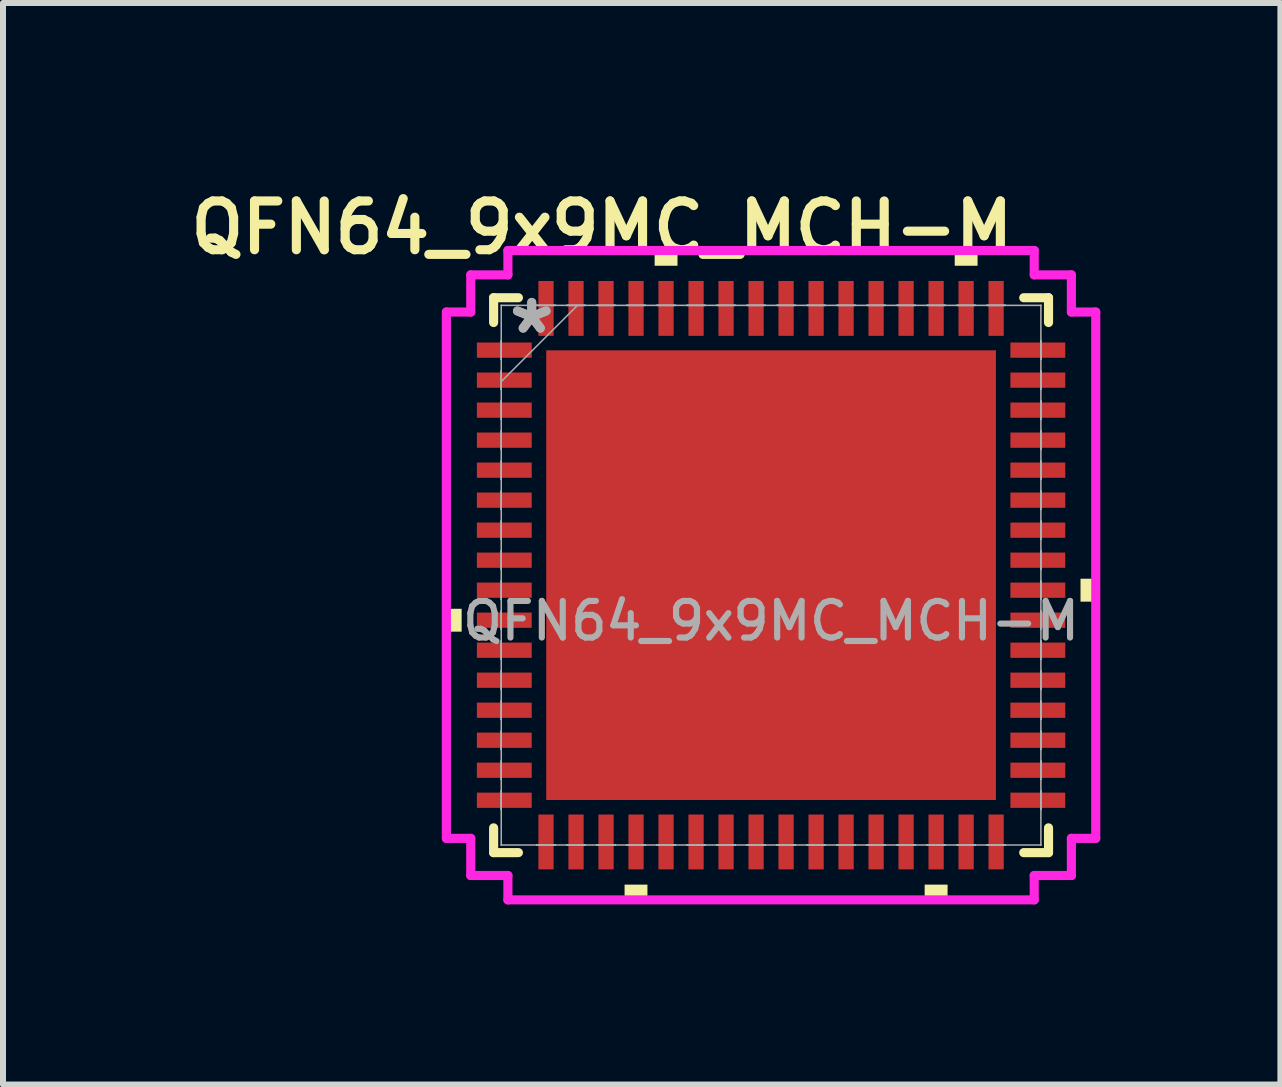
<source format=kicad_pcb>
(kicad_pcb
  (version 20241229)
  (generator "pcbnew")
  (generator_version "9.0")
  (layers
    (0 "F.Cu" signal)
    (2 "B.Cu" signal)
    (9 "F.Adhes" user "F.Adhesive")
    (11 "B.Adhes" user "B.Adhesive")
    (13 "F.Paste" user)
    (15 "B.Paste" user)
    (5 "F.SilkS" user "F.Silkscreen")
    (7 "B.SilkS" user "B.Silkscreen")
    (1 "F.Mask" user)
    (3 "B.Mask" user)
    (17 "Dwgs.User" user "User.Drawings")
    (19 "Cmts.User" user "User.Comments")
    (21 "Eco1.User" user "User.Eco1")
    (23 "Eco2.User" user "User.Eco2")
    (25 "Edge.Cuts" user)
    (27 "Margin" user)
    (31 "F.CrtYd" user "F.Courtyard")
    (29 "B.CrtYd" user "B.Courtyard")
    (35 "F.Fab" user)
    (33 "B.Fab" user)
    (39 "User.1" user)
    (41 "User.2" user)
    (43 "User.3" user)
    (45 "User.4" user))
  (footprint "QFN64_9x9MC_MCH-M"
    (layer "F.Cu")
    (at 9.798 6.534)
    (property "Reference" "QFN64_9x9MC_MCH-M" (at -2.819 -5.791 0) (unlocked yes) (layer "F.SilkS") (effects (font (size 0.813 0.813) (thickness 0.152) (bold yes))))
    (attr smd)
    (fp_line (start -4.623 -4.623) (end -4.623 -4.21) (stroke (width 0.152) (type solid)) (layer "F.SilkS"))
    (fp_line (start -4.623 4.21) (end -4.623 4.623) (stroke (width 0.152) (type solid)) (layer "F.SilkS"))
    (fp_line (start -4.623 4.623) (end -4.21 4.623) (stroke (width 0.152) (type solid)) (layer "F.SilkS"))
    (fp_line (start -4.21 -4.623) (end -4.623 -4.623) (stroke (width 0.152) (type solid)) (layer "F.SilkS"))
    (fp_line (start 4.21 4.623) (end 4.623 4.623) (stroke (width 0.152) (type solid)) (layer "F.SilkS"))
    (fp_line (start 4.623 -4.623) (end 4.21 -4.623) (stroke (width 0.152) (type solid)) (layer "F.SilkS"))
    (fp_line (start 4.623 -4.21) (end 4.623 -4.623) (stroke (width 0.152) (type solid)) (layer "F.SilkS"))
    (fp_line (start 4.623 4.623) (end 4.623 4.21) (stroke (width 0.152) (type solid)) (layer "F.SilkS"))
    (fp_poly (pts (xy -5.41 0.56) (xy -5.41 0.941) (xy -5.156 0.941) (xy -5.156 0.56)) (stroke (width 0) (type solid)) (fill yes) (layer "F.SilkS"))
    (fp_poly (pts (xy -2.441 5.156) (xy -2.441 5.41) (xy -2.06 5.41) (xy -2.06 5.156)) (stroke (width 0) (type solid)) (fill yes) (layer "F.SilkS"))
    (fp_poly (pts (xy -1.94 -5.156) (xy -1.94 -5.41) (xy -1.559 -5.41) (xy -1.559 -5.156)) (stroke (width 0) (type solid)) (fill yes) (layer "F.SilkS"))
    (fp_poly (pts (xy 2.559 5.156) (xy 2.559 5.41) (xy 2.941 5.41) (xy 2.941 5.156)) (stroke (width 0) (type solid)) (fill yes) (layer "F.SilkS"))
    (fp_poly (pts (xy 3.06 -5.156) (xy 3.06 -5.41) (xy 3.441 -5.41) (xy 3.441 -5.156)) (stroke (width 0) (type solid)) (fill yes) (layer "F.SilkS"))
    (fp_poly (pts (xy 5.41 0.059) (xy 5.41 0.441) (xy 5.156 0.441) (xy 5.156 0.059)) (stroke (width 0) (type solid)) (fill yes) (layer "F.SilkS"))
    (fp_poly (pts (xy -3.647 -3.647) (xy -3.647 -2.348) (xy -2.348 -2.348) (xy -2.348 -3.647)) (stroke (width 0) (type solid)) (fill yes) (layer "F.Paste"))
    (fp_poly (pts (xy -3.647 -2.148) (xy -3.647 -0.849) (xy -2.348 -0.849) (xy -2.348 -2.148)) (stroke (width 0) (type solid)) (fill yes) (layer "F.Paste"))
    (fp_poly (pts (xy -3.647 -0.649) (xy -3.647 0.649) (xy -2.348 0.649) (xy -2.348 -0.649)) (stroke (width 0) (type solid)) (fill yes) (layer "F.Paste"))
    (fp_poly (pts (xy -3.647 0.849) (xy -3.647 2.148) (xy -2.348 2.148) (xy -2.348 0.849)) (stroke (width 0) (type solid)) (fill yes) (layer "F.Paste"))
    (fp_poly (pts (xy -3.647 2.348) (xy -3.647 3.647) (xy -2.348 3.647) (xy -2.348 2.348)) (stroke (width 0) (type solid)) (fill yes) (layer "F.Paste"))
    (fp_poly (pts (xy -2.148 -3.647) (xy -2.148 -2.348) (xy -0.849 -2.348) (xy -0.849 -3.647)) (stroke (width 0) (type solid)) (fill yes) (layer "F.Paste"))
    (fp_poly (pts (xy -2.148 -2.148) (xy -2.148 -0.849) (xy -0.849 -0.849) (xy -0.849 -2.148)) (stroke (width 0) (type solid)) (fill yes) (layer "F.Paste"))
    (fp_poly (pts (xy -2.148 -0.649) (xy -2.148 0.649) (xy -0.849 0.649) (xy -0.849 -0.649)) (stroke (width 0) (type solid)) (fill yes) (layer "F.Paste"))
    (fp_poly (pts (xy -2.148 0.849) (xy -2.148 2.148) (xy -0.849 2.148) (xy -0.849 0.849)) (stroke (width 0) (type solid)) (fill yes) (layer "F.Paste"))
    (fp_poly (pts (xy -2.148 2.348) (xy -2.148 3.647) (xy -0.849 3.647) (xy -0.849 2.348)) (stroke (width 0) (type solid)) (fill yes) (layer "F.Paste"))
    (fp_poly (pts (xy -0.649 -3.647) (xy -0.649 -2.348) (xy 0.649 -2.348) (xy 0.649 -3.647)) (stroke (width 0) (type solid)) (fill yes) (layer "F.Paste"))
    (fp_poly (pts (xy -0.649 -2.148) (xy -0.649 -0.849) (xy 0.649 -0.849) (xy 0.649 -2.148)) (stroke (width 0) (type solid)) (fill yes) (layer "F.Paste"))
    (fp_poly (pts (xy -0.649 -0.649) (xy -0.649 0.649) (xy 0.649 0.649) (xy 0.649 -0.649)) (stroke (width 0) (type solid)) (fill yes) (layer "F.Paste"))
    (fp_poly (pts (xy -0.649 0.849) (xy -0.649 2.148) (xy 0.649 2.148) (xy 0.649 0.849)) (stroke (width 0) (type solid)) (fill yes) (layer "F.Paste"))
    (fp_poly (pts (xy -0.649 2.348) (xy -0.649 3.647) (xy 0.649 3.647) (xy 0.649 2.348)) (stroke (width 0) (type solid)) (fill yes) (layer "F.Paste"))
    (fp_poly (pts (xy 0.849 -3.647) (xy 0.849 -2.348) (xy 2.148 -2.348) (xy 2.148 -3.647)) (stroke (width 0) (type solid)) (fill yes) (layer "F.Paste"))
    (fp_poly (pts (xy 0.849 -2.148) (xy 0.849 -0.849) (xy 2.148 -0.849) (xy 2.148 -2.148)) (stroke (width 0) (type solid)) (fill yes) (layer "F.Paste"))
    (fp_poly (pts (xy 0.849 -0.649) (xy 0.849 0.649) (xy 2.148 0.649) (xy 2.148 -0.649)) (stroke (width 0) (type solid)) (fill yes) (layer "F.Paste"))
    (fp_poly (pts (xy 0.849 0.849) (xy 0.849 2.148) (xy 2.148 2.148) (xy 2.148 0.849)) (stroke (width 0) (type solid)) (fill yes) (layer "F.Paste"))
    (fp_poly (pts (xy 0.849 2.348) (xy 0.849 3.647) (xy 2.148 3.647) (xy 2.148 2.348)) (stroke (width 0) (type solid)) (fill yes) (layer "F.Paste"))
    (fp_poly (pts (xy 2.348 -3.647) (xy 2.348 -2.348) (xy 3.647 -2.348) (xy 3.647 -3.647)) (stroke (width 0) (type solid)) (fill yes) (layer "F.Paste"))
    (fp_poly (pts (xy 2.348 -2.148) (xy 2.348 -0.849) (xy 3.647 -0.849) (xy 3.647 -2.148)) (stroke (width 0) (type solid)) (fill yes) (layer "F.Paste"))
    (fp_poly (pts (xy 2.348 -0.649) (xy 2.348 0.649) (xy 3.647 0.649) (xy 3.647 -0.649)) (stroke (width 0) (type solid)) (fill yes) (layer "F.Paste"))
    (fp_poly (pts (xy 2.348 0.849) (xy 2.348 2.148) (xy 3.647 2.148) (xy 3.647 0.849)) (stroke (width 0) (type solid)) (fill yes) (layer "F.Paste"))
    (fp_poly (pts (xy 2.348 2.348) (xy 2.348 3.647) (xy 3.647 3.647) (xy 3.647 2.348)) (stroke (width 0) (type solid)) (fill yes) (layer "F.Paste"))
    (fp_line (start -5.41 -4.385) (end -5.004 -4.385) (stroke (width 0.152) (type solid)) (layer "F.CrtYd"))
    (fp_line (start -5.41 4.385) (end -5.41 -4.385) (stroke (width 0.152) (type solid)) (layer "F.CrtYd"))
    (fp_line (start -5.004 -5.004) (end -4.385 -5.004) (stroke (width 0.152) (type solid)) (layer "F.CrtYd"))
    (fp_line (start -5.004 -4.385) (end -5.004 -5.004) (stroke (width 0.152) (type solid)) (layer "F.CrtYd"))
    (fp_line (start -5.004 4.385) (end -5.41 4.385) (stroke (width 0.152) (type solid)) (layer "F.CrtYd"))
    (fp_line (start -5.004 5.004) (end -5.004 4.385) (stroke (width 0.152) (type solid)) (layer "F.CrtYd"))
    (fp_line (start -4.385 -5.41) (end 4.385 -5.41) (stroke (width 0.152) (type solid)) (layer "F.CrtYd"))
    (fp_line (start -4.385 -5.004) (end -4.385 -5.41) (stroke (width 0.152) (type solid)) (layer "F.CrtYd"))
    (fp_line (start -4.385 5.004) (end -5.004 5.004) (stroke (width 0.152) (type solid)) (layer "F.CrtYd"))
    (fp_line (start -4.385 5.41) (end -4.385 5.004) (stroke (width 0.152) (type solid)) (layer "F.CrtYd"))
    (fp_line (start 4.385 -5.41) (end 4.385 -5.004) (stroke (width 0.152) (type solid)) (layer "F.CrtYd"))
    (fp_line (start 4.385 -5.004) (end 5.004 -5.004) (stroke (width 0.152) (type solid)) (layer "F.CrtYd"))
    (fp_line (start 4.385 5.004) (end 4.385 5.41) (stroke (width 0.152) (type solid)) (layer "F.CrtYd"))
    (fp_line (start 4.385 5.41) (end -4.385 5.41) (stroke (width 0.152) (type solid)) (layer "F.CrtYd"))
    (fp_line (start 5.004 -5.004) (end 5.004 -4.385) (stroke (width 0.152) (type solid)) (layer "F.CrtYd"))
    (fp_line (start 5.004 -4.385) (end 5.41 -4.385) (stroke (width 0.152) (type solid)) (layer "F.CrtYd"))
    (fp_line (start 5.004 4.385) (end 5.004 5.004) (stroke (width 0.152) (type solid)) (layer "F.CrtYd"))
    (fp_line (start 5.004 5.004) (end 4.385 5.004) (stroke (width 0.152) (type solid)) (layer "F.CrtYd"))
    (fp_line (start 5.41 -4.385) (end 5.41 4.385) (stroke (width 0.152) (type solid)) (layer "F.CrtYd"))
    (fp_line (start 5.41 4.385) (end 5.004 4.385) (stroke (width 0.152) (type solid)) (layer "F.CrtYd"))
    (fp_line (start -4.496 -4.496) (end -4.496 -4.496) (stroke (width 0.025) (type solid)) (layer "F.Fab"))
    (fp_line (start -4.496 -4.496) (end -4.496 4.496) (stroke (width 0.025) (type solid)) (layer "F.Fab"))
    (fp_line (start -4.496 -3.902) (end -4.496 -3.902) (stroke (width 0.025) (type solid)) (layer "F.Fab"))
    (fp_line (start -4.496 -3.902) (end -4.496 -3.598) (stroke (width 0.025) (type solid)) (layer "F.Fab"))
    (fp_line (start -4.496 -3.598) (end -4.496 -3.902) (stroke (width 0.025) (type solid)) (layer "F.Fab"))
    (fp_line (start -4.496 -3.598) (end -4.496 -3.598) (stroke (width 0.025) (type solid)) (layer "F.Fab"))
    (fp_line (start -4.496 -3.402) (end -4.496 -3.402) (stroke (width 0.025) (type solid)) (layer "F.Fab"))
    (fp_line (start -4.496 -3.402) (end -4.496 -3.098) (stroke (width 0.025) (type solid)) (layer "F.Fab"))
    (fp_line (start -4.496 -3.226) (end -3.226 -4.496) (stroke (width 0.025) (type solid)) (layer "F.Fab"))
    (fp_line (start -4.496 -3.098) (end -4.496 -3.402) (stroke (width 0.025) (type solid)) (layer "F.Fab"))
    (fp_line (start -4.496 -3.098) (end -4.496 -3.098) (stroke (width 0.025) (type solid)) (layer "F.Fab"))
    (fp_line (start -4.496 -2.902) (end -4.496 -2.902) (stroke (width 0.025) (type solid)) (layer "F.Fab"))
    (fp_line (start -4.496 -2.902) (end -4.496 -2.598) (stroke (width 0.025) (type solid)) (layer "F.Fab"))
    (fp_line (start -4.496 -2.598) (end -4.496 -2.902) (stroke (width 0.025) (type solid)) (layer "F.Fab"))
    (fp_line (start -4.496 -2.598) (end -4.496 -2.598) (stroke (width 0.025) (type solid)) (layer "F.Fab"))
    (fp_line (start -4.496 -2.402) (end -4.496 -2.402) (stroke (width 0.025) (type solid)) (layer "F.Fab"))
    (fp_line (start -4.496 -2.402) (end -4.496 -2.098) (stroke (width 0.025) (type solid)) (layer "F.Fab"))
    (fp_line (start -4.496 -2.098) (end -4.496 -2.402) (stroke (width 0.025) (type solid)) (layer "F.Fab"))
    (fp_line (start -4.496 -2.098) (end -4.496 -2.098) (stroke (width 0.025) (type solid)) (layer "F.Fab"))
    (fp_line (start -4.496 -1.902) (end -4.496 -1.902) (stroke (width 0.025) (type solid)) (layer "F.Fab"))
    (fp_line (start -4.496 -1.902) (end -4.496 -1.598) (stroke (width 0.025) (type solid)) (layer "F.Fab"))
    (fp_line (start -4.496 -1.598) (end -4.496 -1.902) (stroke (width 0.025) (type solid)) (layer "F.Fab"))
    (fp_line (start -4.496 -1.598) (end -4.496 -1.598) (stroke (width 0.025) (type solid)) (layer "F.Fab"))
    (fp_line (start -4.496 -1.402) (end -4.496 -1.402) (stroke (width 0.025) (type solid)) (layer "F.Fab"))
    (fp_line (start -4.496 -1.402) (end -4.496 -1.098) (stroke (width 0.025) (type solid)) (layer "F.Fab"))
    (fp_line (start -4.496 -1.098) (end -4.496 -1.402) (stroke (width 0.025) (type solid)) (layer "F.Fab"))
    (fp_line (start -4.496 -1.098) (end -4.496 -1.098) (stroke (width 0.025) (type solid)) (layer "F.Fab"))
    (fp_line (start -4.496 -0.902) (end -4.496 -0.902) (stroke (width 0.025) (type solid)) (layer "F.Fab"))
    (fp_line (start -4.496 -0.902) (end -4.496 -0.598) (stroke (width 0.025) (type solid)) (layer "F.Fab"))
    (fp_line (start -4.496 -0.598) (end -4.496 -0.902) (stroke (width 0.025) (type solid)) (layer "F.Fab"))
    (fp_line (start -4.496 -0.598) (end -4.496 -0.598) (stroke (width 0.025) (type solid)) (layer "F.Fab"))
    (fp_line (start -4.496 -0.402) (end -4.496 -0.402) (stroke (width 0.025) (type solid)) (layer "F.Fab"))
    (fp_line (start -4.496 -0.402) (end -4.496 -0.098) (stroke (width 0.025) (type solid)) (layer "F.Fab"))
    (fp_line (start -4.496 -0.098) (end -4.496 -0.402) (stroke (width 0.025) (type solid)) (layer "F.Fab"))
    (fp_line (start -4.496 -0.098) (end -4.496 -0.098) (stroke (width 0.025) (type solid)) (layer "F.Fab"))
    (fp_line (start -4.496 0.098) (end -4.496 0.098) (stroke (width 0.025) (type solid)) (layer "F.Fab"))
    (fp_line (start -4.496 0.098) (end -4.496 0.402) (stroke (width 0.025) (type solid)) (layer "F.Fab"))
    (fp_line (start -4.496 0.402) (end -4.496 0.098) (stroke (width 0.025) (type solid)) (layer "F.Fab"))
    (fp_line (start -4.496 0.402) (end -4.496 0.402) (stroke (width 0.025) (type solid)) (layer "F.Fab"))
    (fp_line (start -4.496 0.598) (end -4.496 0.598) (stroke (width 0.025) (type solid)) (layer "F.Fab"))
    (fp_line (start -4.496 0.598) (end -4.496 0.902) (stroke (width 0.025) (type solid)) (layer "F.Fab"))
    (fp_line (start -4.496 0.902) (end -4.496 0.598) (stroke (width 0.025) (type solid)) (layer "F.Fab"))
    (fp_line (start -4.496 0.902) (end -4.496 0.902) (stroke (width 0.025) (type solid)) (layer "F.Fab"))
    (fp_line (start -4.496 1.098) (end -4.496 1.098) (stroke (width 0.025) (type solid)) (layer "F.Fab"))
    (fp_line (start -4.496 1.098) (end -4.496 1.402) (stroke (width 0.025) (type solid)) (layer "F.Fab"))
    (fp_line (start -4.496 1.402) (end -4.496 1.098) (stroke (width 0.025) (type solid)) (layer "F.Fab"))
    (fp_line (start -4.496 1.402) (end -4.496 1.402) (stroke (width 0.025) (type solid)) (layer "F.Fab"))
    (fp_line (start -4.496 1.598) (end -4.496 1.598) (stroke (width 0.025) (type solid)) (layer "F.Fab"))
    (fp_line (start -4.496 1.598) (end -4.496 1.902) (stroke (width 0.025) (type solid)) (layer "F.Fab"))
    (fp_line (start -4.496 1.902) (end -4.496 1.598) (stroke (width 0.025) (type solid)) (layer "F.Fab"))
    (fp_line (start -4.496 1.902) (end -4.496 1.902) (stroke (width 0.025) (type solid)) (layer "F.Fab"))
    (fp_line (start -4.496 2.098) (end -4.496 2.098) (stroke (width 0.025) (type solid)) (layer "F.Fab"))
    (fp_line (start -4.496 2.098) (end -4.496 2.402) (stroke (width 0.025) (type solid)) (layer "F.Fab"))
    (fp_line (start -4.496 2.402) (end -4.496 2.098) (stroke (width 0.025) (type solid)) (layer "F.Fab"))
    (fp_line (start -4.496 2.402) (end -4.496 2.402) (stroke (width 0.025) (type solid)) (layer "F.Fab"))
    (fp_line (start -4.496 2.598) (end -4.496 2.598) (stroke (width 0.025) (type solid)) (layer "F.Fab"))
    (fp_line (start -4.496 2.598) (end -4.496 2.902) (stroke (width 0.025) (type solid)) (layer "F.Fab"))
    (fp_line (start -4.496 2.902) (end -4.496 2.598) (stroke (width 0.025) (type solid)) (layer "F.Fab"))
    (fp_line (start -4.496 2.902) (end -4.496 2.902) (stroke (width 0.025) (type solid)) (layer "F.Fab"))
    (fp_line (start -4.496 3.098) (end -4.496 3.098) (stroke (width 0.025) (type solid)) (layer "F.Fab"))
    (fp_line (start -4.496 3.098) (end -4.496 3.402) (stroke (width 0.025) (type solid)) (layer "F.Fab"))
    (fp_line (start -4.496 3.402) (end -4.496 3.098) (stroke (width 0.025) (type solid)) (layer "F.Fab"))
    (fp_line (start -4.496 3.402) (end -4.496 3.402) (stroke (width 0.025) (type solid)) (layer "F.Fab"))
    (fp_line (start -4.496 3.598) (end -4.496 3.598) (stroke (width 0.025) (type solid)) (layer "F.Fab"))
    (fp_line (start -4.496 3.598) (end -4.496 3.902) (stroke (width 0.025) (type solid)) (layer "F.Fab"))
    (fp_line (start -4.496 3.902) (end -4.496 3.598) (stroke (width 0.025) (type solid)) (layer "F.Fab"))
    (fp_line (start -4.496 3.902) (end -4.496 3.902) (stroke (width 0.025) (type solid)) (layer "F.Fab"))
    (fp_line (start -4.496 4.496) (end -4.496 4.496) (stroke (width 0.025) (type solid)) (layer "F.Fab"))
    (fp_line (start -4.496 4.496) (end 4.496 4.496) (stroke (width 0.025) (type solid)) (layer "F.Fab"))
    (fp_line (start -3.902 -4.496) (end -3.902 -4.496) (stroke (width 0.025) (type solid)) (layer "F.Fab"))
    (fp_line (start -3.902 -4.496) (end -3.598 -4.496) (stroke (width 0.025) (type solid)) (layer "F.Fab"))
    (fp_line (start -3.902 4.496) (end -3.902 4.496) (stroke (width 0.025) (type solid)) (layer "F.Fab"))
    (fp_line (start -3.902 4.496) (end -3.598 4.496) (stroke (width 0.025) (type solid)) (layer "F.Fab"))
    (fp_line (start -3.598 -4.496) (end -3.902 -4.496) (stroke (width 0.025) (type solid)) (layer "F.Fab"))
    (fp_line (start -3.598 -4.496) (end -3.598 -4.496) (stroke (width 0.025) (type solid)) (layer "F.Fab"))
    (fp_line (start -3.598 4.496) (end -3.902 4.496) (stroke (width 0.025) (type solid)) (layer "F.Fab"))
    (fp_line (start -3.598 4.496) (end -3.598 4.496) (stroke (width 0.025) (type solid)) (layer "F.Fab"))
    (fp_line (start -3.402 -4.496) (end -3.402 -4.496) (stroke (width 0.025) (type solid)) (layer "F.Fab"))
    (fp_line (start -3.402 -4.496) (end -3.098 -4.496) (stroke (width 0.025) (type solid)) (layer "F.Fab"))
    (fp_line (start -3.402 4.496) (end -3.402 4.496) (stroke (width 0.025) (type solid)) (layer "F.Fab"))
    (fp_line (start -3.402 4.496) (end -3.098 4.496) (stroke (width 0.025) (type solid)) (layer "F.Fab"))
    (fp_line (start -3.098 -4.496) (end -3.402 -4.496) (stroke (width 0.025) (type solid)) (layer "F.Fab"))
    (fp_line (start -3.098 -4.496) (end -3.098 -4.496) (stroke (width 0.025) (type solid)) (layer "F.Fab"))
    (fp_line (start -3.098 4.496) (end -3.402 4.496) (stroke (width 0.025) (type solid)) (layer "F.Fab"))
    (fp_line (start -3.098 4.496) (end -3.098 4.496) (stroke (width 0.025) (type solid)) (layer "F.Fab"))
    (fp_line (start -2.902 -4.496) (end -2.902 -4.496) (stroke (width 0.025) (type solid)) (layer "F.Fab"))
    (fp_line (start -2.902 -4.496) (end -2.598 -4.496) (stroke (width 0.025) (type solid)) (layer "F.Fab"))
    (fp_line (start -2.902 4.496) (end -2.902 4.496) (stroke (width 0.025) (type solid)) (layer "F.Fab"))
    (fp_line (start -2.902 4.496) (end -2.598 4.496) (stroke (width 0.025) (type solid)) (layer "F.Fab"))
    (fp_line (start -2.598 -4.496) (end -2.902 -4.496) (stroke (width 0.025) (type solid)) (layer "F.Fab"))
    (fp_line (start -2.598 -4.496) (end -2.598 -4.496) (stroke (width 0.025) (type solid)) (layer "F.Fab"))
    (fp_line (start -2.598 4.496) (end -2.902 4.496) (stroke (width 0.025) (type solid)) (layer "F.Fab"))
    (fp_line (start -2.598 4.496) (end -2.598 4.496) (stroke (width 0.025) (type solid)) (layer "F.Fab"))
    (fp_line (start -2.402 -4.496) (end -2.402 -4.496) (stroke (width 0.025) (type solid)) (layer "F.Fab"))
    (fp_line (start -2.402 -4.496) (end -2.098 -4.496) (stroke (width 0.025) (type solid)) (layer "F.Fab"))
    (fp_line (start -2.402 4.496) (end -2.402 4.496) (stroke (width 0.025) (type solid)) (layer "F.Fab"))
    (fp_line (start -2.402 4.496) (end -2.098 4.496) (stroke (width 0.025) (type solid)) (layer "F.Fab"))
    (fp_line (start -2.098 -4.496) (end -2.402 -4.496) (stroke (width 0.025) (type solid)) (layer "F.Fab"))
    (fp_line (start -2.098 -4.496) (end -2.098 -4.496) (stroke (width 0.025) (type solid)) (layer "F.Fab"))
    (fp_line (start -2.098 4.496) (end -2.402 4.496) (stroke (width 0.025) (type solid)) (layer "F.Fab"))
    (fp_line (start -2.098 4.496) (end -2.098 4.496) (stroke (width 0.025) (type solid)) (layer "F.Fab"))
    (fp_line (start -1.902 -4.496) (end -1.902 -4.496) (stroke (width 0.025) (type solid)) (layer "F.Fab"))
    (fp_line (start -1.902 -4.496) (end -1.598 -4.496) (stroke (width 0.025) (type solid)) (layer "F.Fab"))
    (fp_line (start -1.902 4.496) (end -1.902 4.496) (stroke (width 0.025) (type solid)) (layer "F.Fab"))
    (fp_line (start -1.902 4.496) (end -1.598 4.496) (stroke (width 0.025) (type solid)) (layer "F.Fab"))
    (fp_line (start -1.598 -4.496) (end -1.902 -4.496) (stroke (width 0.025) (type solid)) (layer "F.Fab"))
    (fp_line (start -1.598 -4.496) (end -1.598 -4.496) (stroke (width 0.025) (type solid)) (layer "F.Fab"))
    (fp_line (start -1.598 4.496) (end -1.902 4.496) (stroke (width 0.025) (type solid)) (layer "F.Fab"))
    (fp_line (start -1.598 4.496) (end -1.598 4.496) (stroke (width 0.025) (type solid)) (layer "F.Fab"))
    (fp_line (start -1.402 -4.496) (end -1.402 -4.496) (stroke (width 0.025) (type solid)) (layer "F.Fab"))
    (fp_line (start -1.402 -4.496) (end -1.098 -4.496) (stroke (width 0.025) (type solid)) (layer "F.Fab"))
    (fp_line (start -1.402 4.496) (end -1.402 4.496) (stroke (width 0.025) (type solid)) (layer "F.Fab"))
    (fp_line (start -1.402 4.496) (end -1.098 4.496) (stroke (width 0.025) (type solid)) (layer "F.Fab"))
    (fp_line (start -1.098 -4.496) (end -1.402 -4.496) (stroke (width 0.025) (type solid)) (layer "F.Fab"))
    (fp_line (start -1.098 -4.496) (end -1.098 -4.496) (stroke (width 0.025) (type solid)) (layer "F.Fab"))
    (fp_line (start -1.098 4.496) (end -1.402 4.496) (stroke (width 0.025) (type solid)) (layer "F.Fab"))
    (fp_line (start -1.098 4.496) (end -1.098 4.496) (stroke (width 0.025) (type solid)) (layer "F.Fab"))
    (fp_line (start -0.902 -4.496) (end -0.902 -4.496) (stroke (width 0.025) (type solid)) (layer "F.Fab"))
    (fp_line (start -0.902 -4.496) (end -0.598 -4.496) (stroke (width 0.025) (type solid)) (layer "F.Fab"))
    (fp_line (start -0.902 4.496) (end -0.902 4.496) (stroke (width 0.025) (type solid)) (layer "F.Fab"))
    (fp_line (start -0.902 4.496) (end -0.598 4.496) (stroke (width 0.025) (type solid)) (layer "F.Fab"))
    (fp_line (start -0.598 -4.496) (end -0.902 -4.496) (stroke (width 0.025) (type solid)) (layer "F.Fab"))
    (fp_line (start -0.598 -4.496) (end -0.598 -4.496) (stroke (width 0.025) (type solid)) (layer "F.Fab"))
    (fp_line (start -0.598 4.496) (end -0.902 4.496) (stroke (width 0.025) (type solid)) (layer "F.Fab"))
    (fp_line (start -0.598 4.496) (end -0.598 4.496) (stroke (width 0.025) (type solid)) (layer "F.Fab"))
    (fp_line (start -0.402 -4.496) (end -0.402 -4.496) (stroke (width 0.025) (type solid)) (layer "F.Fab"))
    (fp_line (start -0.402 -4.496) (end -0.098 -4.496) (stroke (width 0.025) (type solid)) (layer "F.Fab"))
    (fp_line (start -0.402 4.496) (end -0.402 4.496) (stroke (width 0.025) (type solid)) (layer "F.Fab"))
    (fp_line (start -0.402 4.496) (end -0.098 4.496) (stroke (width 0.025) (type solid)) (layer "F.Fab"))
    (fp_line (start -0.098 -4.496) (end -0.402 -4.496) (stroke (width 0.025) (type solid)) (layer "F.Fab"))
    (fp_line (start -0.098 -4.496) (end -0.098 -4.496) (stroke (width 0.025) (type solid)) (layer "F.Fab"))
    (fp_line (start -0.098 4.496) (end -0.402 4.496) (stroke (width 0.025) (type solid)) (layer "F.Fab"))
    (fp_line (start -0.098 4.496) (end -0.098 4.496) (stroke (width 0.025) (type solid)) (layer "F.Fab"))
    (fp_line (start 0.098 -4.496) (end 0.098 -4.496) (stroke (width 0.025) (type solid)) (layer "F.Fab"))
    (fp_line (start 0.098 -4.496) (end 0.402 -4.496) (stroke (width 0.025) (type solid)) (layer "F.Fab"))
    (fp_line (start 0.098 4.496) (end 0.098 4.496) (stroke (width 0.025) (type solid)) (layer "F.Fab"))
    (fp_line (start 0.098 4.496) (end 0.402 4.496) (stroke (width 0.025) (type solid)) (layer "F.Fab"))
    (fp_line (start 0.402 -4.496) (end 0.098 -4.496) (stroke (width 0.025) (type solid)) (layer "F.Fab"))
    (fp_line (start 0.402 -4.496) (end 0.402 -4.496) (stroke (width 0.025) (type solid)) (layer "F.Fab"))
    (fp_line (start 0.402 4.496) (end 0.098 4.496) (stroke (width 0.025) (type solid)) (layer "F.Fab"))
    (fp_line (start 0.402 4.496) (end 0.402 4.496) (stroke (width 0.025) (type solid)) (layer "F.Fab"))
    (fp_line (start 0.598 -4.496) (end 0.598 -4.496) (stroke (width 0.025) (type solid)) (layer "F.Fab"))
    (fp_line (start 0.598 -4.496) (end 0.902 -4.496) (stroke (width 0.025) (type solid)) (layer "F.Fab"))
    (fp_line (start 0.598 4.496) (end 0.598 4.496) (stroke (width 0.025) (type solid)) (layer "F.Fab"))
    (fp_line (start 0.598 4.496) (end 0.902 4.496) (stroke (width 0.025) (type solid)) (layer "F.Fab"))
    (fp_line (start 0.902 -4.496) (end 0.598 -4.496) (stroke (width 0.025) (type solid)) (layer "F.Fab"))
    (fp_line (start 0.902 -4.496) (end 0.902 -4.496) (stroke (width 0.025) (type solid)) (layer "F.Fab"))
    (fp_line (start 0.902 4.496) (end 0.598 4.496) (stroke (width 0.025) (type solid)) (layer "F.Fab"))
    (fp_line (start 0.902 4.496) (end 0.902 4.496) (stroke (width 0.025) (type solid)) (layer "F.Fab"))
    (fp_line (start 1.098 -4.496) (end 1.098 -4.496) (stroke (width 0.025) (type solid)) (layer "F.Fab"))
    (fp_line (start 1.098 -4.496) (end 1.402 -4.496) (stroke (width 0.025) (type solid)) (layer "F.Fab"))
    (fp_line (start 1.098 4.496) (end 1.098 4.496) (stroke (width 0.025) (type solid)) (layer "F.Fab"))
    (fp_line (start 1.098 4.496) (end 1.402 4.496) (stroke (width 0.025) (type solid)) (layer "F.Fab"))
    (fp_line (start 1.402 -4.496) (end 1.098 -4.496) (stroke (width 0.025) (type solid)) (layer "F.Fab"))
    (fp_line (start 1.402 -4.496) (end 1.402 -4.496) (stroke (width 0.025) (type solid)) (layer "F.Fab"))
    (fp_line (start 1.402 4.496) (end 1.098 4.496) (stroke (width 0.025) (type solid)) (layer "F.Fab"))
    (fp_line (start 1.402 4.496) (end 1.402 4.496) (stroke (width 0.025) (type solid)) (layer "F.Fab"))
    (fp_line (start 1.598 -4.496) (end 1.598 -4.496) (stroke (width 0.025) (type solid)) (layer "F.Fab"))
    (fp_line (start 1.598 -4.496) (end 1.902 -4.496) (stroke (width 0.025) (type solid)) (layer "F.Fab"))
    (fp_line (start 1.598 4.496) (end 1.598 4.496) (stroke (width 0.025) (type solid)) (layer "F.Fab"))
    (fp_line (start 1.598 4.496) (end 1.902 4.496) (stroke (width 0.025) (type solid)) (layer "F.Fab"))
    (fp_line (start 1.902 -4.496) (end 1.598 -4.496) (stroke (width 0.025) (type solid)) (layer "F.Fab"))
    (fp_line (start 1.902 -4.496) (end 1.902 -4.496) (stroke (width 0.025) (type solid)) (layer "F.Fab"))
    (fp_line (start 1.902 4.496) (end 1.598 4.496) (stroke (width 0.025) (type solid)) (layer "F.Fab"))
    (fp_line (start 1.902 4.496) (end 1.902 4.496) (stroke (width 0.025) (type solid)) (layer "F.Fab"))
    (fp_line (start 2.098 -4.496) (end 2.098 -4.496) (stroke (width 0.025) (type solid)) (layer "F.Fab"))
    (fp_line (start 2.098 -4.496) (end 2.402 -4.496) (stroke (width 0.025) (type solid)) (layer "F.Fab"))
    (fp_line (start 2.098 4.496) (end 2.098 4.496) (stroke (width 0.025) (type solid)) (layer "F.Fab"))
    (fp_line (start 2.098 4.496) (end 2.402 4.496) (stroke (width 0.025) (type solid)) (layer "F.Fab"))
    (fp_line (start 2.402 -4.496) (end 2.098 -4.496) (stroke (width 0.025) (type solid)) (layer "F.Fab"))
    (fp_line (start 2.402 -4.496) (end 2.402 -4.496) (stroke (width 0.025) (type solid)) (layer "F.Fab"))
    (fp_line (start 2.402 4.496) (end 2.098 4.496) (stroke (width 0.025) (type solid)) (layer "F.Fab"))
    (fp_line (start 2.402 4.496) (end 2.402 4.496) (stroke (width 0.025) (type solid)) (layer "F.Fab"))
    (fp_line (start 2.598 -4.496) (end 2.598 -4.496) (stroke (width 0.025) (type solid)) (layer "F.Fab"))
    (fp_line (start 2.598 -4.496) (end 2.902 -4.496) (stroke (width 0.025) (type solid)) (layer "F.Fab"))
    (fp_line (start 2.598 4.496) (end 2.598 4.496) (stroke (width 0.025) (type solid)) (layer "F.Fab"))
    (fp_line (start 2.598 4.496) (end 2.902 4.496) (stroke (width 0.025) (type solid)) (layer "F.Fab"))
    (fp_line (start 2.902 -4.496) (end 2.598 -4.496) (stroke (width 0.025) (type solid)) (layer "F.Fab"))
    (fp_line (start 2.902 -4.496) (end 2.902 -4.496) (stroke (width 0.025) (type solid)) (layer "F.Fab"))
    (fp_line (start 2.902 4.496) (end 2.598 4.496) (stroke (width 0.025) (type solid)) (layer "F.Fab"))
    (fp_line (start 2.902 4.496) (end 2.902 4.496) (stroke (width 0.025) (type solid)) (layer "F.Fab"))
    (fp_line (start 3.098 -4.496) (end 3.098 -4.496) (stroke (width 0.025) (type solid)) (layer "F.Fab"))
    (fp_line (start 3.098 -4.496) (end 3.402 -4.496) (stroke (width 0.025) (type solid)) (layer "F.Fab"))
    (fp_line (start 3.098 4.496) (end 3.098 4.496) (stroke (width 0.025) (type solid)) (layer "F.Fab"))
    (fp_line (start 3.098 4.496) (end 3.402 4.496) (stroke (width 0.025) (type solid)) (layer "F.Fab"))
    (fp_line (start 3.402 -4.496) (end 3.098 -4.496) (stroke (width 0.025) (type solid)) (layer "F.Fab"))
    (fp_line (start 3.402 -4.496) (end 3.402 -4.496) (stroke (width 0.025) (type solid)) (layer "F.Fab"))
    (fp_line (start 3.402 4.496) (end 3.098 4.496) (stroke (width 0.025) (type solid)) (layer "F.Fab"))
    (fp_line (start 3.402 4.496) (end 3.402 4.496) (stroke (width 0.025) (type solid)) (layer "F.Fab"))
    (fp_line (start 3.598 -4.496) (end 3.598 -4.496) (stroke (width 0.025) (type solid)) (layer "F.Fab"))
    (fp_line (start 3.598 -4.496) (end 3.902 -4.496) (stroke (width 0.025) (type solid)) (layer "F.Fab"))
    (fp_line (start 3.598 4.496) (end 3.598 4.496) (stroke (width 0.025) (type solid)) (layer "F.Fab"))
    (fp_line (start 3.598 4.496) (end 3.902 4.496) (stroke (width 0.025) (type solid)) (layer "F.Fab"))
    (fp_line (start 3.902 -4.496) (end 3.598 -4.496) (stroke (width 0.025) (type solid)) (layer "F.Fab"))
    (fp_line (start 3.902 -4.496) (end 3.902 -4.496) (stroke (width 0.025) (type solid)) (layer "F.Fab"))
    (fp_line (start 3.902 4.496) (end 3.598 4.496) (stroke (width 0.025) (type solid)) (layer "F.Fab"))
    (fp_line (start 3.902 4.496) (end 3.902 4.496) (stroke (width 0.025) (type solid)) (layer "F.Fab"))
    (fp_line (start 4.496 -4.496) (end -4.496 -4.496) (stroke (width 0.025) (type solid)) (layer "F.Fab"))
    (fp_line (start 4.496 -4.496) (end 4.496 -4.496) (stroke (width 0.025) (type solid)) (layer "F.Fab"))
    (fp_line (start 4.496 -3.902) (end 4.496 -3.902) (stroke (width 0.025) (type solid)) (layer "F.Fab"))
    (fp_line (start 4.496 -3.902) (end 4.496 -3.598) (stroke (width 0.025) (type solid)) (layer "F.Fab"))
    (fp_line (start 4.496 -3.598) (end 4.496 -3.902) (stroke (width 0.025) (type solid)) (layer "F.Fab"))
    (fp_line (start 4.496 -3.598) (end 4.496 -3.598) (stroke (width 0.025) (type solid)) (layer "F.Fab"))
    (fp_line (start 4.496 -3.402) (end 4.496 -3.402) (stroke (width 0.025) (type solid)) (layer "F.Fab"))
    (fp_line (start 4.496 -3.402) (end 4.496 -3.098) (stroke (width 0.025) (type solid)) (layer "F.Fab"))
    (fp_line (start 4.496 -3.098) (end 4.496 -3.402) (stroke (width 0.025) (type solid)) (layer "F.Fab"))
    (fp_line (start 4.496 -3.098) (end 4.496 -3.098) (stroke (width 0.025) (type solid)) (layer "F.Fab"))
    (fp_line (start 4.496 -2.902) (end 4.496 -2.902) (stroke (width 0.025) (type solid)) (layer "F.Fab"))
    (fp_line (start 4.496 -2.902) (end 4.496 -2.598) (stroke (width 0.025) (type solid)) (layer "F.Fab"))
    (fp_line (start 4.496 -2.598) (end 4.496 -2.902) (stroke (width 0.025) (type solid)) (layer "F.Fab"))
    (fp_line (start 4.496 -2.598) (end 4.496 -2.598) (stroke (width 0.025) (type solid)) (layer "F.Fab"))
    (fp_line (start 4.496 -2.402) (end 4.496 -2.402) (stroke (width 0.025) (type solid)) (layer "F.Fab"))
    (fp_line (start 4.496 -2.402) (end 4.496 -2.098) (stroke (width 0.025) (type solid)) (layer "F.Fab"))
    (fp_line (start 4.496 -2.098) (end 4.496 -2.402) (stroke (width 0.025) (type solid)) (layer "F.Fab"))
    (fp_line (start 4.496 -2.098) (end 4.496 -2.098) (stroke (width 0.025) (type solid)) (layer "F.Fab"))
    (fp_line (start 4.496 -1.902) (end 4.496 -1.902) (stroke (width 0.025) (type solid)) (layer "F.Fab"))
    (fp_line (start 4.496 -1.902) (end 4.496 -1.598) (stroke (width 0.025) (type solid)) (layer "F.Fab"))
    (fp_line (start 4.496 -1.598) (end 4.496 -1.902) (stroke (width 0.025) (type solid)) (layer "F.Fab"))
    (fp_line (start 4.496 -1.598) (end 4.496 -1.598) (stroke (width 0.025) (type solid)) (layer "F.Fab"))
    (fp_line (start 4.496 -1.402) (end 4.496 -1.402) (stroke (width 0.025) (type solid)) (layer "F.Fab"))
    (fp_line (start 4.496 -1.402) (end 4.496 -1.098) (stroke (width 0.025) (type solid)) (layer "F.Fab"))
    (fp_line (start 4.496 -1.098) (end 4.496 -1.402) (stroke (width 0.025) (type solid)) (layer "F.Fab"))
    (fp_line (start 4.496 -1.098) (end 4.496 -1.098) (stroke (width 0.025) (type solid)) (layer "F.Fab"))
    (fp_line (start 4.496 -0.902) (end 4.496 -0.902) (stroke (width 0.025) (type solid)) (layer "F.Fab"))
    (fp_line (start 4.496 -0.902) (end 4.496 -0.598) (stroke (width 0.025) (type solid)) (layer "F.Fab"))
    (fp_line (start 4.496 -0.598) (end 4.496 -0.902) (stroke (width 0.025) (type solid)) (layer "F.Fab"))
    (fp_line (start 4.496 -0.598) (end 4.496 -0.598) (stroke (width 0.025) (type solid)) (layer "F.Fab"))
    (fp_line (start 4.496 -0.402) (end 4.496 -0.402) (stroke (width 0.025) (type solid)) (layer "F.Fab"))
    (fp_line (start 4.496 -0.402) (end 4.496 -0.098) (stroke (width 0.025) (type solid)) (layer "F.Fab"))
    (fp_line (start 4.496 -0.098) (end 4.496 -0.402) (stroke (width 0.025) (type solid)) (layer "F.Fab"))
    (fp_line (start 4.496 -0.098) (end 4.496 -0.098) (stroke (width 0.025) (type solid)) (layer "F.Fab"))
    (fp_line (start 4.496 0.098) (end 4.496 0.098) (stroke (width 0.025) (type solid)) (layer "F.Fab"))
    (fp_line (start 4.496 0.098) (end 4.496 0.402) (stroke (width 0.025) (type solid)) (layer "F.Fab"))
    (fp_line (start 4.496 0.402) (end 4.496 0.098) (stroke (width 0.025) (type solid)) (layer "F.Fab"))
    (fp_line (start 4.496 0.402) (end 4.496 0.402) (stroke (width 0.025) (type solid)) (layer "F.Fab"))
    (fp_line (start 4.496 0.598) (end 4.496 0.598) (stroke (width 0.025) (type solid)) (layer "F.Fab"))
    (fp_line (start 4.496 0.598) (end 4.496 0.902) (stroke (width 0.025) (type solid)) (layer "F.Fab"))
    (fp_line (start 4.496 0.902) (end 4.496 0.598) (stroke (width 0.025) (type solid)) (layer "F.Fab"))
    (fp_line (start 4.496 0.902) (end 4.496 0.902) (stroke (width 0.025) (type solid)) (layer "F.Fab"))
    (fp_line (start 4.496 1.098) (end 4.496 1.098) (stroke (width 0.025) (type solid)) (layer "F.Fab"))
    (fp_line (start 4.496 1.098) (end 4.496 1.402) (stroke (width 0.025) (type solid)) (layer "F.Fab"))
    (fp_line (start 4.496 1.402) (end 4.496 1.098) (stroke (width 0.025) (type solid)) (layer "F.Fab"))
    (fp_line (start 4.496 1.402) (end 4.496 1.402) (stroke (width 0.025) (type solid)) (layer "F.Fab"))
    (fp_line (start 4.496 1.598) (end 4.496 1.598) (stroke (width 0.025) (type solid)) (layer "F.Fab"))
    (fp_line (start 4.496 1.598) (end 4.496 1.902) (stroke (width 0.025) (type solid)) (layer "F.Fab"))
    (fp_line (start 4.496 1.902) (end 4.496 1.598) (stroke (width 0.025) (type solid)) (layer "F.Fab"))
    (fp_line (start 4.496 1.902) (end 4.496 1.902) (stroke (width 0.025) (type solid)) (layer "F.Fab"))
    (fp_line (start 4.496 2.098) (end 4.496 2.098) (stroke (width 0.025) (type solid)) (layer "F.Fab"))
    (fp_line (start 4.496 2.098) (end 4.496 2.402) (stroke (width 0.025) (type solid)) (layer "F.Fab"))
    (fp_line (start 4.496 2.402) (end 4.496 2.098) (stroke (width 0.025) (type solid)) (layer "F.Fab"))
    (fp_line (start 4.496 2.402) (end 4.496 2.402) (stroke (width 0.025) (type solid)) (layer "F.Fab"))
    (fp_line (start 4.496 2.598) (end 4.496 2.598) (stroke (width 0.025) (type solid)) (layer "F.Fab"))
    (fp_line (start 4.496 2.598) (end 4.496 2.902) (stroke (width 0.025) (type solid)) (layer "F.Fab"))
    (fp_line (start 4.496 2.902) (end 4.496 2.598) (stroke (width 0.025) (type solid)) (layer "F.Fab"))
    (fp_line (start 4.496 2.902) (end 4.496 2.902) (stroke (width 0.025) (type solid)) (layer "F.Fab"))
    (fp_line (start 4.496 3.098) (end 4.496 3.098) (stroke (width 0.025) (type solid)) (layer "F.Fab"))
    (fp_line (start 4.496 3.098) (end 4.496 3.402) (stroke (width 0.025) (type solid)) (layer "F.Fab"))
    (fp_line (start 4.496 3.402) (end 4.496 3.098) (stroke (width 0.025) (type solid)) (layer "F.Fab"))
    (fp_line (start 4.496 3.402) (end 4.496 3.402) (stroke (width 0.025) (type solid)) (layer "F.Fab"))
    (fp_line (start 4.496 3.598) (end 4.496 3.598) (stroke (width 0.025) (type solid)) (layer "F.Fab"))
    (fp_line (start 4.496 3.598) (end 4.496 3.902) (stroke (width 0.025) (type solid)) (layer "F.Fab"))
    (fp_line (start 4.496 3.902) (end 4.496 3.598) (stroke (width 0.025) (type solid)) (layer "F.Fab"))
    (fp_line (start 4.496 3.902) (end 4.496 3.902) (stroke (width 0.025) (type solid)) (layer "F.Fab"))
    (fp_line (start 4.496 4.496) (end 4.496 -4.496) (stroke (width 0.025) (type solid)) (layer "F.Fab"))
    (fp_line (start 4.496 4.496) (end 4.496 4.496) (stroke (width 0.025) (type solid)) (layer "F.Fab"))
    (fp_text user "${REFERENCE}" (at 0 0.762 0) (unlocked yes) (layer "F.Fab") (effects (font (size 0.61 0.61) (thickness 0.102) (bold yes))))
    (fp_text user "*" (at -3.988 -4 0) (unlocked yes) (layer "F.Fab") (effects (font (size 1 1) (thickness 0.15))))
    (fp_text user "*" (at -3.988 -4 0) (layer "F.Fab") (effects (font (size 1 1) (thickness 0.15))))
    (pad "1" smd rect (at -4.445 -3.75 90) (size 0.254 0.914) (layers "F.Cu" "F.Mask" "F.Paste"))
    (pad "2" smd rect (at -4.445 -3.25 90) (size 0.254 0.914) (layers "F.Cu" "F.Mask" "F.Paste"))
    (pad "3" smd rect (at -4.445 -2.75 90) (size 0.254 0.914) (layers "F.Cu" "F.Mask" "F.Paste"))
    (pad "4" smd rect (at -4.445 -2.25 90) (size 0.254 0.914) (layers "F.Cu" "F.Mask" "F.Paste"))
    (pad "5" smd rect (at -4.445 -1.75 90) (size 0.254 0.914) (layers "F.Cu" "F.Mask" "F.Paste"))
    (pad "6" smd rect (at -4.445 -1.25 90) (size 0.254 0.914) (layers "F.Cu" "F.Mask" "F.Paste"))
    (pad "7" smd rect (at -4.445 -0.75 90) (size 0.254 0.914) (layers "F.Cu" "F.Mask" "F.Paste"))
    (pad "8" smd rect (at -4.445 -0.25 90) (size 0.254 0.914) (layers "F.Cu" "F.Mask" "F.Paste"))
    (pad "9" smd rect (at -4.445 0.25 90) (size 0.254 0.914) (layers "F.Cu" "F.Mask" "F.Paste"))
    (pad "10" smd rect (at -4.445 0.75 90) (size 0.254 0.914) (layers "F.Cu" "F.Mask" "F.Paste"))
    (pad "11" smd rect (at -4.445 1.25 90) (size 0.254 0.914) (layers "F.Cu" "F.Mask" "F.Paste"))
    (pad "12" smd rect (at -4.445 1.75 90) (size 0.254 0.914) (layers "F.Cu" "F.Mask" "F.Paste"))
    (pad "13" smd rect (at -4.445 2.25 90) (size 0.254 0.914) (layers "F.Cu" "F.Mask" "F.Paste"))
    (pad "14" smd rect (at -4.445 2.75 90) (size 0.254 0.914) (layers "F.Cu" "F.Mask" "F.Paste"))
    (pad "15" smd rect (at -4.445 3.25 90) (size 0.254 0.914) (layers "F.Cu" "F.Mask" "F.Paste"))
    (pad "16" smd rect (at -4.445 3.75 90) (size 0.254 0.914) (layers "F.Cu" "F.Mask" "F.Paste"))
    (pad "17" smd rect (at -3.75 4.445) (size 0.254 0.914) (layers "F.Cu" "F.Mask" "F.Paste"))
    (pad "18" smd rect (at -3.25 4.445) (size 0.254 0.914) (layers "F.Cu" "F.Mask" "F.Paste"))
    (pad "19" smd rect (at -2.75 4.445) (size 0.254 0.914) (layers "F.Cu" "F.Mask" "F.Paste"))
    (pad "20" smd rect (at -2.25 4.445) (size 0.254 0.914) (layers "F.Cu" "F.Mask" "F.Paste"))
    (pad "21" smd rect (at -1.75 4.445) (size 0.254 0.914) (layers "F.Cu" "F.Mask" "F.Paste"))
    (pad "22" smd rect (at -1.25 4.445) (size 0.254 0.914) (layers "F.Cu" "F.Mask" "F.Paste"))
    (pad "23" smd rect (at -0.75 4.445) (size 0.254 0.914) (layers "F.Cu" "F.Mask" "F.Paste"))
    (pad "24" smd rect (at -0.25 4.445) (size 0.254 0.914) (layers "F.Cu" "F.Mask" "F.Paste"))
    (pad "25" smd rect (at 0.25 4.445) (size 0.254 0.914) (layers "F.Cu" "F.Mask" "F.Paste"))
    (pad "26" smd rect (at 0.75 4.445) (size 0.254 0.914) (layers "F.Cu" "F.Mask" "F.Paste"))
    (pad "27" smd rect (at 1.25 4.445) (size 0.254 0.914) (layers "F.Cu" "F.Mask" "F.Paste"))
    (pad "28" smd rect (at 1.75 4.445) (size 0.254 0.914) (layers "F.Cu" "F.Mask" "F.Paste"))
    (pad "29" smd rect (at 2.25 4.445) (size 0.254 0.914) (layers "F.Cu" "F.Mask" "F.Paste"))
    (pad "30" smd rect (at 2.75 4.445) (size 0.254 0.914) (layers "F.Cu" "F.Mask" "F.Paste"))
    (pad "31" smd rect (at 3.25 4.445) (size 0.254 0.914) (layers "F.Cu" "F.Mask" "F.Paste"))
    (pad "32" smd rect (at 3.75 4.445) (size 0.254 0.914) (layers "F.Cu" "F.Mask" "F.Paste"))
    (pad "33" smd rect (at 4.445 3.75 90) (size 0.254 0.914) (layers "F.Cu" "F.Mask" "F.Paste"))
    (pad "34" smd rect (at 4.445 3.25 90) (size 0.254 0.914) (layers "F.Cu" "F.Mask" "F.Paste"))
    (pad "35" smd rect (at 4.445 2.75 90) (size 0.254 0.914) (layers "F.Cu" "F.Mask" "F.Paste"))
    (pad "36" smd rect (at 4.445 2.25 90) (size 0.254 0.914) (layers "F.Cu" "F.Mask" "F.Paste"))
    (pad "37" smd rect (at 4.445 1.75 90) (size 0.254 0.914) (layers "F.Cu" "F.Mask" "F.Paste"))
    (pad "38" smd rect (at 4.445 1.25 90) (size 0.254 0.914) (layers "F.Cu" "F.Mask" "F.Paste"))
    (pad "39" smd rect (at 4.445 0.75 90) (size 0.254 0.914) (layers "F.Cu" "F.Mask" "F.Paste"))
    (pad "40" smd rect (at 4.445 0.25 90) (size 0.254 0.914) (layers "F.Cu" "F.Mask" "F.Paste"))
    (pad "41" smd rect (at 4.445 -0.25 90) (size 0.254 0.914) (layers "F.Cu" "F.Mask" "F.Paste"))
    (pad "42" smd rect (at 4.445 -0.75 90) (size 0.254 0.914) (layers "F.Cu" "F.Mask" "F.Paste"))
    (pad "43" smd rect (at 4.445 -1.25 90) (size 0.254 0.914) (layers "F.Cu" "F.Mask" "F.Paste"))
    (pad "44" smd rect (at 4.445 -1.75 90) (size 0.254 0.914) (layers "F.Cu" "F.Mask" "F.Paste"))
    (pad "45" smd rect (at 4.445 -2.25 90) (size 0.254 0.914) (layers "F.Cu" "F.Mask" "F.Paste"))
    (pad "46" smd rect (at 4.445 -2.75 90) (size 0.254 0.914) (layers "F.Cu" "F.Mask" "F.Paste"))
    (pad "47" smd rect (at 4.445 -3.25 90) (size 0.254 0.914) (layers "F.Cu" "F.Mask" "F.Paste"))
    (pad "48" smd rect (at 4.445 -3.75 90) (size 0.254 0.914) (layers "F.Cu" "F.Mask" "F.Paste"))
    (pad "49" smd rect (at 3.75 -4.445) (size 0.254 0.914) (layers "F.Cu" "F.Mask" "F.Paste"))
    (pad "50" smd rect (at 3.25 -4.445) (size 0.254 0.914) (layers "F.Cu" "F.Mask" "F.Paste"))
    (pad "51" smd rect (at 2.75 -4.445) (size 0.254 0.914) (layers "F.Cu" "F.Mask" "F.Paste"))
    (pad "52" smd rect (at 2.25 -4.445) (size 0.254 0.914) (layers "F.Cu" "F.Mask" "F.Paste"))
    (pad "53" smd rect (at 1.75 -4.445) (size 0.254 0.914) (layers "F.Cu" "F.Mask" "F.Paste"))
    (pad "54" smd rect (at 1.25 -4.445) (size 0.254 0.914) (layers "F.Cu" "F.Mask" "F.Paste"))
    (pad "55" smd rect (at 0.75 -4.445) (size 0.254 0.914) (layers "F.Cu" "F.Mask" "F.Paste"))
    (pad "56" smd rect (at 0.25 -4.445) (size 0.254 0.914) (layers "F.Cu" "F.Mask" "F.Paste"))
    (pad "57" smd rect (at -0.25 -4.445) (size 0.254 0.914) (layers "F.Cu" "F.Mask" "F.Paste"))
    (pad "58" smd rect (at -0.75 -4.445) (size 0.254 0.914) (layers "F.Cu" "F.Mask" "F.Paste"))
    (pad "59" smd rect (at -1.25 -4.445) (size 0.254 0.914) (layers "F.Cu" "F.Mask" "F.Paste"))
    (pad "60" smd rect (at -1.75 -4.445) (size 0.254 0.914) (layers "F.Cu" "F.Mask" "F.Paste"))
    (pad "61" smd rect (at -2.25 -4.445) (size 0.254 0.914) (layers "F.Cu" "F.Mask" "F.Paste"))
    (pad "62" smd rect (at -2.75 -4.445) (size 0.254 0.914) (layers "F.Cu" "F.Mask" "F.Paste"))
    (pad "63" smd rect (at -3.25 -4.445) (size 0.254 0.914) (layers "F.Cu" "F.Mask" "F.Paste"))
    (pad "64" smd rect (at -3.75 -4.445) (size 0.254 0.914) (layers "F.Cu" "F.Mask" "F.Paste"))
    (pad "65" smd rect (at 0 0) (size 7.493 7.493) (layers "F.Cu" "F.Mask" "F.Paste")))
  (gr_rect
    (start -3 -3)
    (end 18.285 15.021)
    (stroke (width 0.1) (type default))
    (fill no)
    (layer "Edge.Cuts")))
</source>
